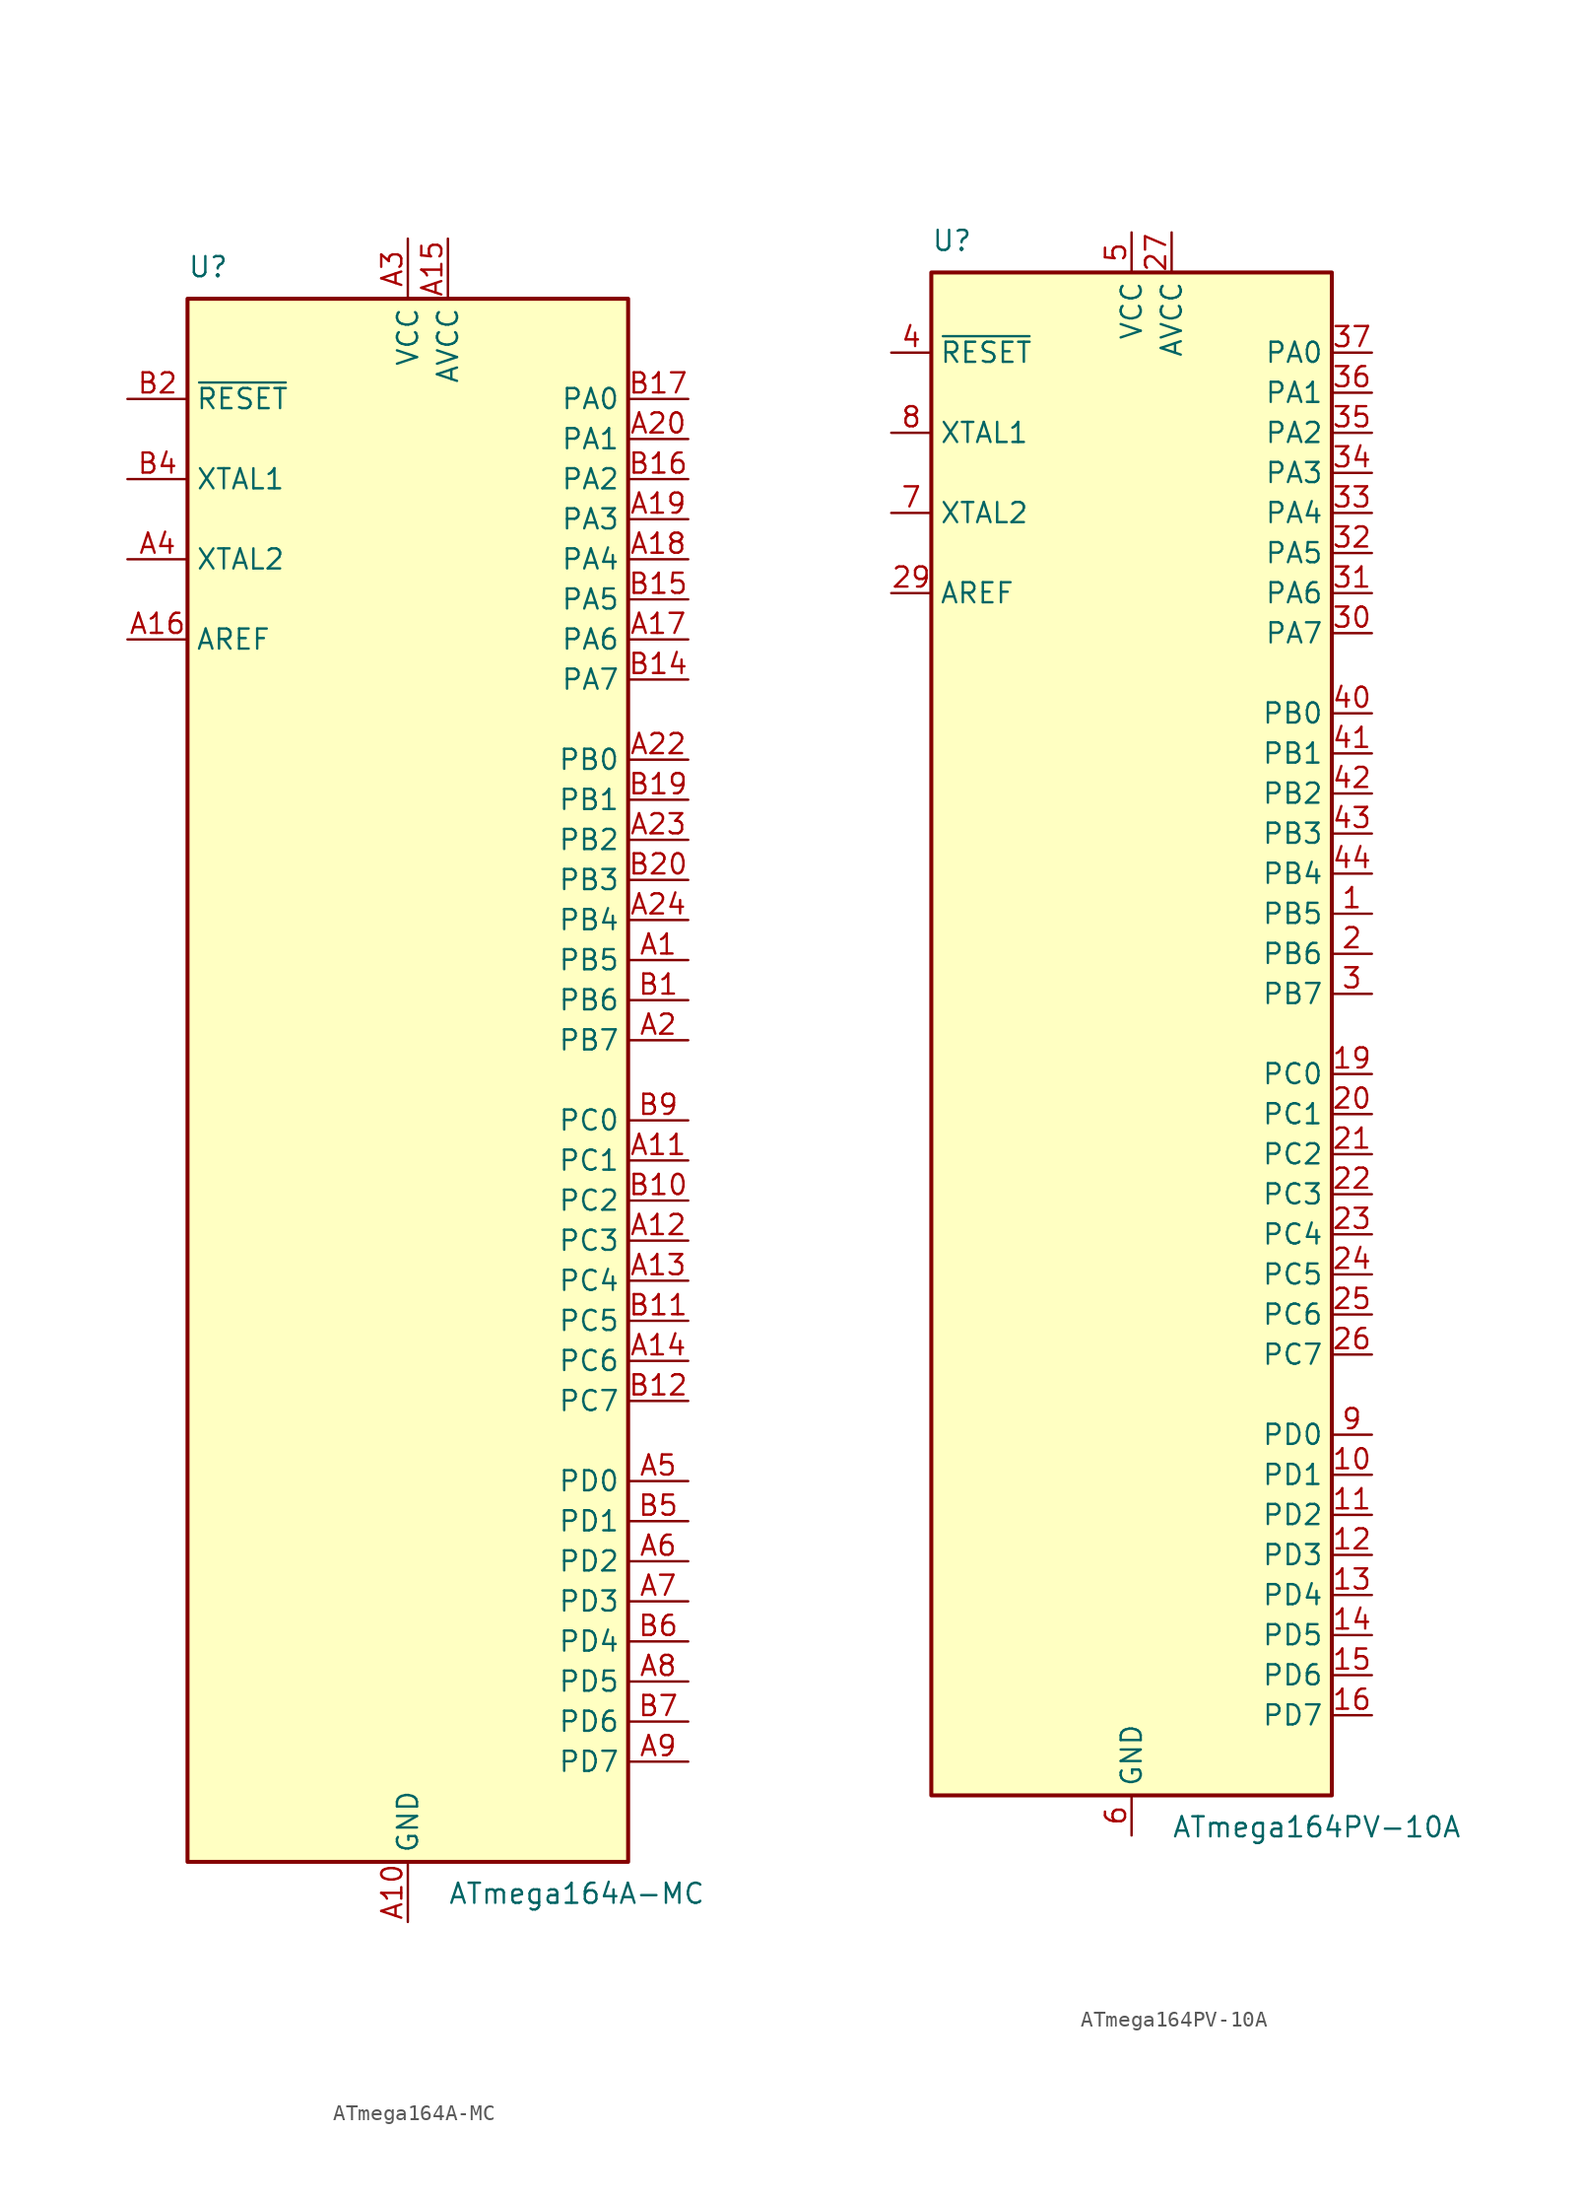
<source format=kicad_sym>
(kicad_symbol_lib
  (version 20201005)
  (generator kicad_symbol_editor)
  (symbol "MCU_Microchip_ATmega:ATmega164A-MC"
    (property "Reference" "U"
      (at -13.97 50.8 0)
      (effects (font (size 1.27 1.27)) (justify left bottom)))
    (property "Value" "ATmega164A-MC"
      (at 2.54 -50.8 0)
      (effects (font (size 1.27 1.27)) (justify left top)))
    (symbol "ATmega164A-MC_0_1"
      (rectangle (start -13.97 -49.53) (end 13.97 49.53) (stroke (width 0.254)) (fill (type background))))
    (symbol "ATmega164A-MC_1_1"
      (pin bidirectional line (at 17.78 7.62 180) (length 3.81) (name "PB5" (effects (font (size 1.27 1.27)))) (number "A1" (effects (font (size 1.27 1.27)))))
      (pin power_in line (at 0 -53.34 90) (length 3.81) (name "GND" (effects (font (size 1.27 1.27)))) (number "A10" (effects (font (size 1.27 1.27)))))
      (pin bidirectional line (at 17.78 -5.08 180) (length 3.81) (name "PC1" (effects (font (size 1.27 1.27)))) (number "A11" (effects (font (size 1.27 1.27)))))
      (pin bidirectional line (at 17.78 -10.16 180) (length 3.81) (name "PC3" (effects (font (size 1.27 1.27)))) (number "A12" (effects (font (size 1.27 1.27)))))
      (pin bidirectional line (at 17.78 -12.7 180) (length 3.81) (name "PC4" (effects (font (size 1.27 1.27)))) (number "A13" (effects (font (size 1.27 1.27)))))
      (pin bidirectional line (at 17.78 -17.78 180) (length 3.81) (name "PC6" (effects (font (size 1.27 1.27)))) (number "A14" (effects (font (size 1.27 1.27)))))
      (pin power_in line (at 2.54 53.34 270) (length 3.81) (name "AVCC" (effects (font (size 1.27 1.27)))) (number "A15" (effects (font (size 1.27 1.27)))))
      (pin passive line (at -17.78 27.94 0) (length 3.81) (name "AREF" (effects (font (size 1.27 1.27)))) (number "A16" (effects (font (size 1.27 1.27)))))
      (pin bidirectional line (at 17.78 27.94 180) (length 3.81) (name "PA6" (effects (font (size 1.27 1.27)))) (number "A17" (effects (font (size 1.27 1.27)))))
      (pin bidirectional line (at 17.78 33.02 180) (length 3.81) (name "PA4" (effects (font (size 1.27 1.27)))) (number "A18" (effects (font (size 1.27 1.27)))))
      (pin bidirectional line (at 17.78 35.56 180) (length 3.81) (name "PA3" (effects (font (size 1.27 1.27)))) (number "A19" (effects (font (size 1.27 1.27)))))
      (pin bidirectional line (at 17.78 2.54 180) (length 3.81) (name "PB7" (effects (font (size 1.27 1.27)))) (number "A2" (effects (font (size 1.27 1.27)))))
      (pin bidirectional line (at 17.78 40.64 180) (length 3.81) (name "PA1" (effects (font (size 1.27 1.27)))) (number "A20" (effects (font (size 1.27 1.27)))))
      (pin passive line (at 0 53.34 270) (length 3.81) hide (name "VCC" (effects (font (size 1.27 1.27)))) (number "A21" (effects (font (size 1.27 1.27)))))
      (pin bidirectional line (at 17.78 20.32 180) (length 3.81) (name "PB0" (effects (font (size 1.27 1.27)))) (number "A22" (effects (font (size 1.27 1.27)))))
      (pin bidirectional line (at 17.78 15.24 180) (length 3.81) (name "PB2" (effects (font (size 1.27 1.27)))) (number "A23" (effects (font (size 1.27 1.27)))))
      (pin bidirectional line (at 17.78 10.16 180) (length 3.81) (name "PB4" (effects (font (size 1.27 1.27)))) (number "A24" (effects (font (size 1.27 1.27)))))
      (pin power_in line (at 0 53.34 270) (length 3.81) (name "VCC" (effects (font (size 1.27 1.27)))) (number "A3" (effects (font (size 1.27 1.27)))))
      (pin output line (at -17.78 33.02 0) (length 3.81) (name "XTAL2" (effects (font (size 1.27 1.27)))) (number "A4" (effects (font (size 1.27 1.27)))))
      (pin bidirectional line (at 17.78 -25.4 180) (length 3.81) (name "PD0" (effects (font (size 1.27 1.27)))) (number "A5" (effects (font (size 1.27 1.27)))))
      (pin bidirectional line (at 17.78 -30.48 180) (length 3.81) (name "PD2" (effects (font (size 1.27 1.27)))) (number "A6" (effects (font (size 1.27 1.27)))))
      (pin bidirectional line (at 17.78 -33.02 180) (length 3.81) (name "PD3" (effects (font (size 1.27 1.27)))) (number "A7" (effects (font (size 1.27 1.27)))))
      (pin bidirectional line (at 17.78 -38.1 180) (length 3.81) (name "PD5" (effects (font (size 1.27 1.27)))) (number "A8" (effects (font (size 1.27 1.27)))))
      (pin bidirectional line (at 17.78 -43.18 180) (length 3.81) (name "PD7" (effects (font (size 1.27 1.27)))) (number "A9" (effects (font (size 1.27 1.27)))))
      (pin bidirectional line (at 17.78 5.08 180) (length 3.81) (name "PB6" (effects (font (size 1.27 1.27)))) (number "B1" (effects (font (size 1.27 1.27)))))
      (pin bidirectional line (at 17.78 -7.62 180) (length 3.81) (name "PC2" (effects (font (size 1.27 1.27)))) (number "B10" (effects (font (size 1.27 1.27)))))
      (pin bidirectional line (at 17.78 -15.24 180) (length 3.81) (name "PC5" (effects (font (size 1.27 1.27)))) (number "B11" (effects (font (size 1.27 1.27)))))
      (pin bidirectional line (at 17.78 -20.32 180) (length 3.81) (name "PC7" (effects (font (size 1.27 1.27)))) (number "B12" (effects (font (size 1.27 1.27)))))
      (pin passive line (at 0 -53.34 90) (length 3.81) hide (name "GND" (effects (font (size 1.27 1.27)))) (number "B13" (effects (font (size 1.27 1.27)))))
      (pin bidirectional line (at 17.78 25.4 180) (length 3.81) (name "PA7" (effects (font (size 1.27 1.27)))) (number "B14" (effects (font (size 1.27 1.27)))))
      (pin bidirectional line (at 17.78 30.48 180) (length 3.81) (name "PA5" (effects (font (size 1.27 1.27)))) (number "B15" (effects (font (size 1.27 1.27)))))
      (pin bidirectional line (at 17.78 38.1 180) (length 3.81) (name "PA2" (effects (font (size 1.27 1.27)))) (number "B16" (effects (font (size 1.27 1.27)))))
      (pin bidirectional line (at 17.78 43.18 180) (length 3.81) (name "PA0" (effects (font (size 1.27 1.27)))) (number "B17" (effects (font (size 1.27 1.27)))))
      (pin passive line (at 0 -53.34 90) (length 3.81) hide (name "GND" (effects (font (size 1.27 1.27)))) (number "B18" (effects (font (size 1.27 1.27)))))
      (pin bidirectional line (at 17.78 17.78 180) (length 3.81) (name "PB1" (effects (font (size 1.27 1.27)))) (number "B19" (effects (font (size 1.27 1.27)))))
      (pin input line (at -17.78 43.18 0) (length 3.81) (name "~RESET" (effects (font (size 1.27 1.27)))) (number "B2" (effects (font (size 1.27 1.27)))))
      (pin bidirectional line (at 17.78 12.7 180) (length 3.81) (name "PB3" (effects (font (size 1.27 1.27)))) (number "B20" (effects (font (size 1.27 1.27)))))
      (pin passive line (at 0 -53.34 90) (length 3.81) hide (name "GND" (effects (font (size 1.27 1.27)))) (number "B3" (effects (font (size 1.27 1.27)))))
      (pin input line (at -17.78 38.1 0) (length 3.81) (name "XTAL1" (effects (font (size 1.27 1.27)))) (number "B4" (effects (font (size 1.27 1.27)))))
      (pin bidirectional line (at 17.78 -27.94 180) (length 3.81) (name "PD1" (effects (font (size 1.27 1.27)))) (number "B5" (effects (font (size 1.27 1.27)))))
      (pin bidirectional line (at 17.78 -35.56 180) (length 3.81) (name "PD4" (effects (font (size 1.27 1.27)))) (number "B6" (effects (font (size 1.27 1.27)))))
      (pin bidirectional line (at 17.78 -40.64 180) (length 3.81) (name "PD6" (effects (font (size 1.27 1.27)))) (number "B7" (effects (font (size 1.27 1.27)))))
      (pin passive line (at 0 53.34 270) (length 3.81) hide (name "VCC" (effects (font (size 1.27 1.27)))) (number "B8" (effects (font (size 1.27 1.27)))))
      (pin bidirectional line (at 17.78 -2.54 180) (length 3.81) (name "PC0" (effects (font (size 1.27 1.27)))) (number "B9" (effects (font (size 1.27 1.27)))))
      (pin passive line (at 0 -53.34 90) (length 3.81) hide (name "GND" (effects (font (size 1.27 1.27)))) (number "EP" (effects (font (size 1.27 1.27)))))))
  (symbol "MCU_Microchip_ATmega:ATmega164PV-10A"
    (property "Reference" "U"
      (at -12.7 49.53 0)
      (effects (font (size 1.27 1.27)) (justify left bottom)))
    (property "Value" "ATmega164PV-10A"
      (at 2.54 -49.53 0)
      (effects (font (size 1.27 1.27)) (justify left top)))
    (symbol "ATmega164PV-10A_0_1"
      (rectangle (start -12.7 -48.26) (end 12.7 48.26) (stroke (width 0.254)) (fill (type background))))
    (symbol "ATmega164PV-10A_1_1"
      (pin bidirectional line (at 15.24 7.62 180) (length 2.54) (name "PB5" (effects (font (size 1.27 1.27)))) (number "1" (effects (font (size 1.27 1.27)))))
      (pin bidirectional line (at 15.24 -27.94 180) (length 2.54) (name "PD1" (effects (font (size 1.27 1.27)))) (number "10" (effects (font (size 1.27 1.27)))))
      (pin bidirectional line (at 15.24 -30.48 180) (length 2.54) (name "PD2" (effects (font (size 1.27 1.27)))) (number "11" (effects (font (size 1.27 1.27)))))
      (pin bidirectional line (at 15.24 -33.02 180) (length 2.54) (name "PD3" (effects (font (size 1.27 1.27)))) (number "12" (effects (font (size 1.27 1.27)))))
      (pin bidirectional line (at 15.24 -35.56 180) (length 2.54) (name "PD4" (effects (font (size 1.27 1.27)))) (number "13" (effects (font (size 1.27 1.27)))))
      (pin bidirectional line (at 15.24 -38.1 180) (length 2.54) (name "PD5" (effects (font (size 1.27 1.27)))) (number "14" (effects (font (size 1.27 1.27)))))
      (pin bidirectional line (at 15.24 -40.64 180) (length 2.54) (name "PD6" (effects (font (size 1.27 1.27)))) (number "15" (effects (font (size 1.27 1.27)))))
      (pin bidirectional line (at 15.24 -43.18 180) (length 2.54) (name "PD7" (effects (font (size 1.27 1.27)))) (number "16" (effects (font (size 1.27 1.27)))))
      (pin passive line (at 0 50.8 270) (length 2.54) hide (name "VCC" (effects (font (size 1.27 1.27)))) (number "17" (effects (font (size 1.27 1.27)))))
      (pin passive line (at 0 -50.8 90) (length 2.54) hide (name "GND" (effects (font (size 1.27 1.27)))) (number "18" (effects (font (size 1.27 1.27)))))
      (pin bidirectional line (at 15.24 -2.54 180) (length 2.54) (name "PC0" (effects (font (size 1.27 1.27)))) (number "19" (effects (font (size 1.27 1.27)))))
      (pin bidirectional line (at 15.24 5.08 180) (length 2.54) (name "PB6" (effects (font (size 1.27 1.27)))) (number "2" (effects (font (size 1.27 1.27)))))
      (pin bidirectional line (at 15.24 -5.08 180) (length 2.54) (name "PC1" (effects (font (size 1.27 1.27)))) (number "20" (effects (font (size 1.27 1.27)))))
      (pin bidirectional line (at 15.24 -7.62 180) (length 2.54) (name "PC2" (effects (font (size 1.27 1.27)))) (number "21" (effects (font (size 1.27 1.27)))))
      (pin bidirectional line (at 15.24 -10.16 180) (length 2.54) (name "PC3" (effects (font (size 1.27 1.27)))) (number "22" (effects (font (size 1.27 1.27)))))
      (pin bidirectional line (at 15.24 -12.7 180) (length 2.54) (name "PC4" (effects (font (size 1.27 1.27)))) (number "23" (effects (font (size 1.27 1.27)))))
      (pin bidirectional line (at 15.24 -15.24 180) (length 2.54) (name "PC5" (effects (font (size 1.27 1.27)))) (number "24" (effects (font (size 1.27 1.27)))))
      (pin bidirectional line (at 15.24 -17.78 180) (length 2.54) (name "PC6" (effects (font (size 1.27 1.27)))) (number "25" (effects (font (size 1.27 1.27)))))
      (pin bidirectional line (at 15.24 -20.32 180) (length 2.54) (name "PC7" (effects (font (size 1.27 1.27)))) (number "26" (effects (font (size 1.27 1.27)))))
      (pin power_in line (at 2.54 50.8 270) (length 2.54) (name "AVCC" (effects (font (size 1.27 1.27)))) (number "27" (effects (font (size 1.27 1.27)))))
      (pin passive line (at 0 -50.8 90) (length 2.54) hide (name "GND" (effects (font (size 1.27 1.27)))) (number "28" (effects (font (size 1.27 1.27)))))
      (pin passive line (at -15.24 27.94 0) (length 2.54) (name "AREF" (effects (font (size 1.27 1.27)))) (number "29" (effects (font (size 1.27 1.27)))))
      (pin bidirectional line (at 15.24 2.54 180) (length 2.54) (name "PB7" (effects (font (size 1.27 1.27)))) (number "3" (effects (font (size 1.27 1.27)))))
      (pin bidirectional line (at 15.24 25.4 180) (length 2.54) (name "PA7" (effects (font (size 1.27 1.27)))) (number "30" (effects (font (size 1.27 1.27)))))
      (pin bidirectional line (at 15.24 27.94 180) (length 2.54) (name "PA6" (effects (font (size 1.27 1.27)))) (number "31" (effects (font (size 1.27 1.27)))))
      (pin bidirectional line (at 15.24 30.48 180) (length 2.54) (name "PA5" (effects (font (size 1.27 1.27)))) (number "32" (effects (font (size 1.27 1.27)))))
      (pin bidirectional line (at 15.24 33.02 180) (length 2.54) (name "PA4" (effects (font (size 1.27 1.27)))) (number "33" (effects (font (size 1.27 1.27)))))
      (pin bidirectional line (at 15.24 35.56 180) (length 2.54) (name "PA3" (effects (font (size 1.27 1.27)))) (number "34" (effects (font (size 1.27 1.27)))))
      (pin bidirectional line (at 15.24 38.1 180) (length 2.54) (name "PA2" (effects (font (size 1.27 1.27)))) (number "35" (effects (font (size 1.27 1.27)))))
      (pin bidirectional line (at 15.24 40.64 180) (length 2.54) (name "PA1" (effects (font (size 1.27 1.27)))) (number "36" (effects (font (size 1.27 1.27)))))
      (pin bidirectional line (at 15.24 43.18 180) (length 2.54) (name "PA0" (effects (font (size 1.27 1.27)))) (number "37" (effects (font (size 1.27 1.27)))))
      (pin passive line (at 0 50.8 270) (length 2.54) hide (name "VCC" (effects (font (size 1.27 1.27)))) (number "38" (effects (font (size 1.27 1.27)))))
      (pin passive line (at 0 -50.8 90) (length 2.54) hide (name "GND" (effects (font (size 1.27 1.27)))) (number "39" (effects (font (size 1.27 1.27)))))
      (pin input line (at -15.24 43.18 0) (length 2.54) (name "~RESET" (effects (font (size 1.27 1.27)))) (number "4" (effects (font (size 1.27 1.27)))))
      (pin bidirectional line (at 15.24 20.32 180) (length 2.54) (name "PB0" (effects (font (size 1.27 1.27)))) (number "40" (effects (font (size 1.27 1.27)))))
      (pin bidirectional line (at 15.24 17.78 180) (length 2.54) (name "PB1" (effects (font (size 1.27 1.27)))) (number "41" (effects (font (size 1.27 1.27)))))
      (pin bidirectional line (at 15.24 15.24 180) (length 2.54) (name "PB2" (effects (font (size 1.27 1.27)))) (number "42" (effects (font (size 1.27 1.27)))))
      (pin bidirectional line (at 15.24 12.7 180) (length 2.54) (name "PB3" (effects (font (size 1.27 1.27)))) (number "43" (effects (font (size 1.27 1.27)))))
      (pin bidirectional line (at 15.24 10.16 180) (length 2.54) (name "PB4" (effects (font (size 1.27 1.27)))) (number "44" (effects (font (size 1.27 1.27)))))
      (pin power_in line (at 0 50.8 270) (length 2.54) (name "VCC" (effects (font (size 1.27 1.27)))) (number "5" (effects (font (size 1.27 1.27)))))
      (pin power_in line (at 0 -50.8 90) (length 2.54) (name "GND" (effects (font (size 1.27 1.27)))) (number "6" (effects (font (size 1.27 1.27)))))
      (pin output line (at -15.24 33.02 0) (length 2.54) (name "XTAL2" (effects (font (size 1.27 1.27)))) (number "7" (effects (font (size 1.27 1.27)))))
      (pin input line (at -15.24 38.1 0) (length 2.54) (name "XTAL1" (effects (font (size 1.27 1.27)))) (number "8" (effects (font (size 1.27 1.27)))))
      (pin bidirectional line (at 15.24 -25.4 180) (length 2.54) (name "PD0" (effects (font (size 1.27 1.27)))) (number "9" (effects (font (size 1.27 1.27))))))))
</source>
